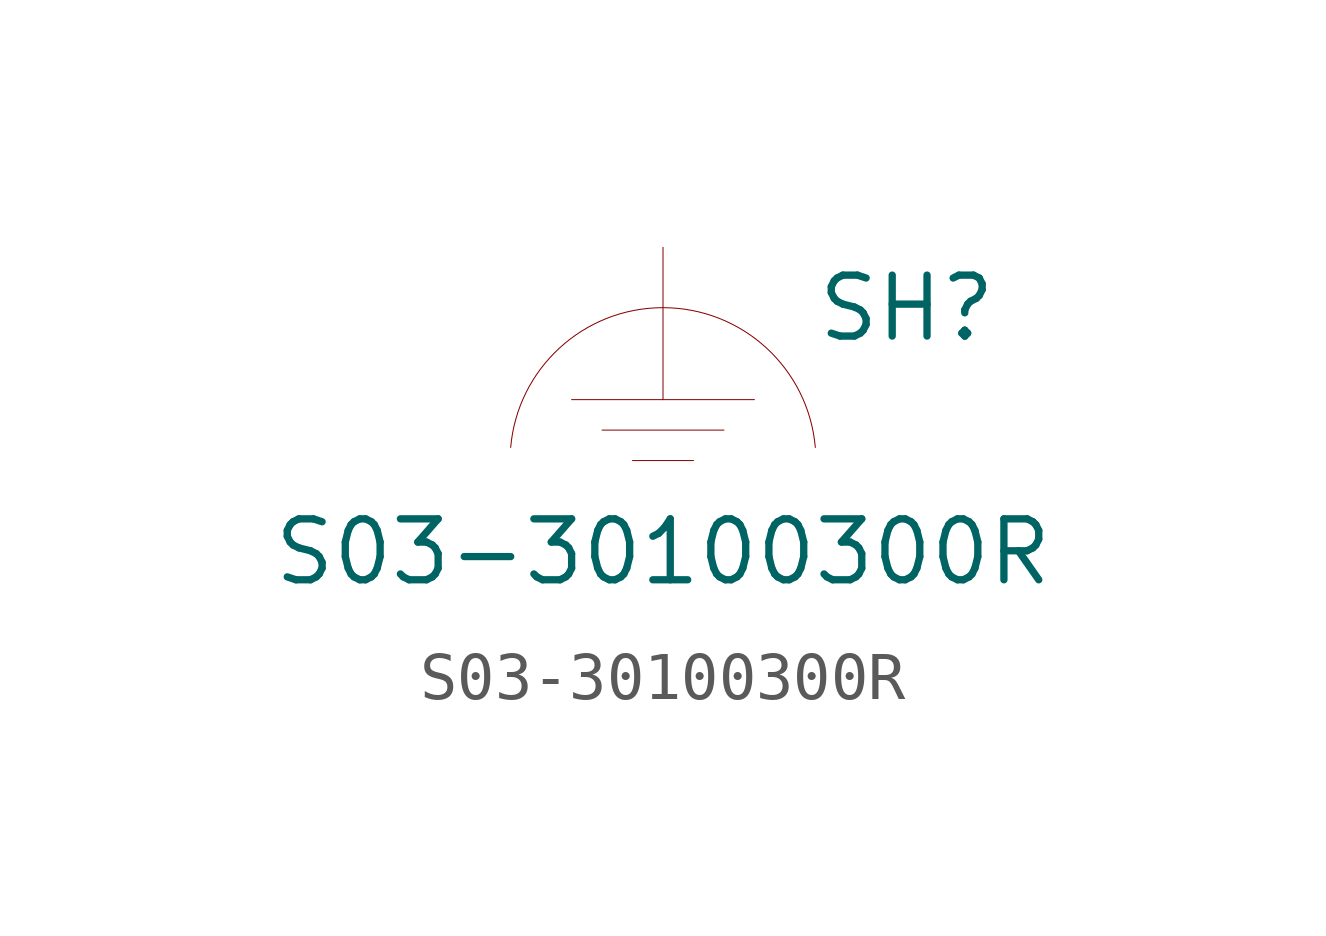
<source format=kicad_sym>
(kicad_symbol_lib
  (version 20200126)
  (host kicad_symbol_editor "(5.99.0-2251-g5226d6b4d)")
  (symbol "S03-XXXXXXX0R:S03-30100300R"
    (property "Reference" "SH"
      (at 5.08 -1.27 0)
      (effects (font (size 1.27 1.27))))
    (property "Value" "S03-30100300R"
      (at 0 -6.35 0)
      (effects (font (size 1.27 1.27))))
    (symbol "S03-30100300R_0_1"
      (arc (start -3.175 -4.171) (end 3.175 -4.171) (radius (at 0 -4.445) (length 3.1868) (angles 175.1 4.9)) (stroke (width 0.0006)) (fill (type none)))
      (polyline (pts (xy -1.905 -3.175) (xy 1.905 -3.175)) (stroke (width 0.001)) (fill (type none)))
      (polyline (pts (xy -1.27 -3.81) (xy 1.27 -3.81)) (stroke (width 0.001)) (fill (type none)))
      (polyline (pts (xy -0.635 -4.445) (xy 0.635 -4.445)) (stroke (width 0.001)) (fill (type none)))
      (polyline (pts (xy 0 -3.175) (xy 0 0)) (stroke (width 0.001)) (fill (type none))))
    (symbol "S03-30100300R_1_1"
      (pin power_out line (at 0 0 270) (length 0) hide (name "SHIELD" (effects (font (size 1.27 1.27)))) (number "1" (effects (font (size 1.27 1.27))))))))
</source>
